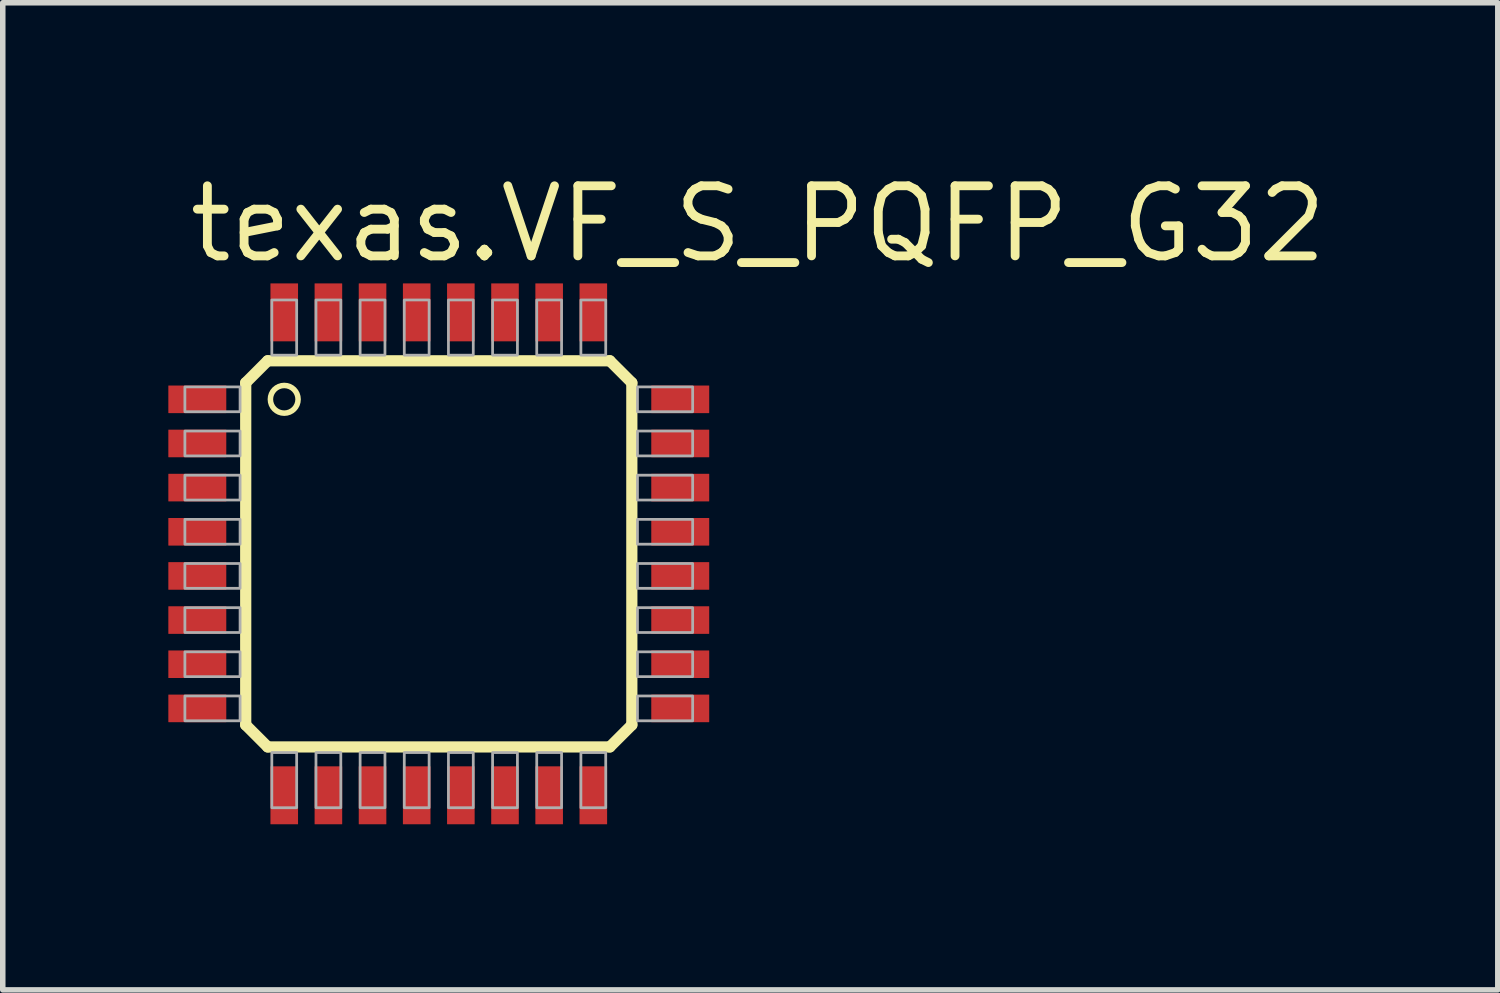
<source format=kicad_pcb>
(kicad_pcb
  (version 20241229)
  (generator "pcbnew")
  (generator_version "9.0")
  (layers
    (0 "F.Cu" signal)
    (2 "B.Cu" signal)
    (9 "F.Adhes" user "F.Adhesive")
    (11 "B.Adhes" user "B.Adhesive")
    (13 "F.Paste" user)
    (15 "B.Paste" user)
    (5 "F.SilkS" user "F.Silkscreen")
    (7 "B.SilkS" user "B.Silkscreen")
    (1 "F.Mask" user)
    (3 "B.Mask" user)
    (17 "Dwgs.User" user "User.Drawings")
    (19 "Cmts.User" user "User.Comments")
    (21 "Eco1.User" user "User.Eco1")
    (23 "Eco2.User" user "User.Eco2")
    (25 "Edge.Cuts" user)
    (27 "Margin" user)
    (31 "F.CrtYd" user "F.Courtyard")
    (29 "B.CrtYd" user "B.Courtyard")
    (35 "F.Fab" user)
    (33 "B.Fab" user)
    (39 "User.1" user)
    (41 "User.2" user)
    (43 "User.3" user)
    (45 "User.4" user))
  (footprint "texas.VF_S_PQFP_G32"
    (layer "F.Cu")
    (at 4.9 6.985)
    (property "Reference" "texas.VF_S_PQFP_G32" (at -4.6 -5.235 0) (layer "F.SilkS") (effects (font (size 1.27 1.27) (thickness 0.16)) (justify left bottom)))
    (attr smd)
    (fp_line (start -3.498 -3.1) (end -3.498 3.1) (stroke (width 0.203) (type default)) (layer "F.SilkS"))
    (fp_line (start -3.498 -3.1) (end -3.1 -3.498) (stroke (width 0.203) (type default)) (layer "F.SilkS"))
    (fp_line (start -3.1 3.498) (end -3.498 3.1) (stroke (width 0.203) (type default)) (layer "F.SilkS"))
    (fp_line (start -3.1 3.498) (end 3.1 3.498) (stroke (width 0.203) (type default)) (layer "F.SilkS"))
    (fp_line (start 3.1 -3.498) (end -3.1 -3.498) (stroke (width 0.203) (type default)) (layer "F.SilkS"))
    (fp_line (start 3.1 -3.498) (end 3.498 -3.1) (stroke (width 0.203) (type default)) (layer "F.SilkS"))
    (fp_line (start 3.498 3.1) (end 3.1 3.498) (stroke (width 0.203) (type default)) (layer "F.SilkS"))
    (fp_line (start 3.498 3.1) (end 3.498 -3.1) (stroke (width 0.203) (type default)) (layer "F.SilkS"))
    (fp_circle (center -2.8 -2.8) (end -2.549 -2.8) (stroke (width 0.1) (type default)) (fill no) (layer "F.SilkS"))
    (fp_rect (start -4.6 -2.575) (end -3.6 -3.025) (stroke (width 0.05) (type default)) (fill no) (layer "F.Fab"))
    (fp_rect (start -4.6 -1.775) (end -3.6 -2.225) (stroke (width 0.05) (type default)) (fill no) (layer "F.Fab"))
    (fp_rect (start -4.6 -0.975) (end -3.6 -1.425) (stroke (width 0.05) (type default)) (fill no) (layer "F.Fab"))
    (fp_rect (start -4.6 -0.175) (end -3.6 -0.625) (stroke (width 0.05) (type default)) (fill no) (layer "F.Fab"))
    (fp_rect (start -4.6 0.625) (end -3.6 0.175) (stroke (width 0.05) (type default)) (fill no) (layer "F.Fab"))
    (fp_rect (start -4.6 1.425) (end -3.6 0.975) (stroke (width 0.05) (type default)) (fill no) (layer "F.Fab"))
    (fp_rect (start -4.6 2.225) (end -3.6 1.775) (stroke (width 0.05) (type default)) (fill no) (layer "F.Fab"))
    (fp_rect (start -4.6 3.025) (end -3.6 2.575) (stroke (width 0.05) (type default)) (fill no) (layer "F.Fab"))
    (fp_rect (start -3.025 -3.6) (end -2.575 -4.6) (stroke (width 0.05) (type default)) (fill no) (layer "F.Fab"))
    (fp_rect (start -3.025 4.6) (end -2.575 3.6) (stroke (width 0.05) (type default)) (fill no) (layer "F.Fab"))
    (fp_rect (start -2.225 -3.6) (end -1.775 -4.6) (stroke (width 0.05) (type default)) (fill no) (layer "F.Fab"))
    (fp_rect (start -2.225 4.6) (end -1.775 3.6) (stroke (width 0.05) (type default)) (fill no) (layer "F.Fab"))
    (fp_rect (start -1.425 -3.6) (end -0.975 -4.6) (stroke (width 0.05) (type default)) (fill no) (layer "F.Fab"))
    (fp_rect (start -1.425 4.6) (end -0.975 3.6) (stroke (width 0.05) (type default)) (fill no) (layer "F.Fab"))
    (fp_rect (start -0.625 -3.6) (end -0.175 -4.6) (stroke (width 0.05) (type default)) (fill no) (layer "F.Fab"))
    (fp_rect (start -0.625 4.6) (end -0.175 3.6) (stroke (width 0.05) (type default)) (fill no) (layer "F.Fab"))
    (fp_rect (start 0.175 -3.6) (end 0.625 -4.6) (stroke (width 0.05) (type default)) (fill no) (layer "F.Fab"))
    (fp_rect (start 0.175 4.6) (end 0.625 3.6) (stroke (width 0.05) (type default)) (fill no) (layer "F.Fab"))
    (fp_rect (start 0.975 -3.6) (end 1.425 -4.6) (stroke (width 0.05) (type default)) (fill no) (layer "F.Fab"))
    (fp_rect (start 0.975 4.6) (end 1.425 3.6) (stroke (width 0.05) (type default)) (fill no) (layer "F.Fab"))
    (fp_rect (start 1.775 -3.6) (end 2.225 -4.6) (stroke (width 0.05) (type default)) (fill no) (layer "F.Fab"))
    (fp_rect (start 1.775 4.6) (end 2.225 3.6) (stroke (width 0.05) (type default)) (fill no) (layer "F.Fab"))
    (fp_rect (start 2.575 -3.6) (end 3.025 -4.6) (stroke (width 0.05) (type default)) (fill no) (layer "F.Fab"))
    (fp_rect (start 2.575 4.6) (end 3.025 3.6) (stroke (width 0.05) (type default)) (fill no) (layer "F.Fab"))
    (fp_rect (start 3.6 -2.575) (end 4.6 -3.025) (stroke (width 0.05) (type default)) (fill no) (layer "F.Fab"))
    (fp_rect (start 3.6 -1.775) (end 4.6 -2.225) (stroke (width 0.05) (type default)) (fill no) (layer "F.Fab"))
    (fp_rect (start 3.6 -0.975) (end 4.6 -1.425) (stroke (width 0.05) (type default)) (fill no) (layer "F.Fab"))
    (fp_rect (start 3.6 -0.175) (end 4.6 -0.625) (stroke (width 0.05) (type default)) (fill no) (layer "F.Fab"))
    (fp_rect (start 3.6 0.625) (end 4.6 0.175) (stroke (width 0.05) (type default)) (fill no) (layer "F.Fab"))
    (fp_rect (start 3.6 1.425) (end 4.6 0.975) (stroke (width 0.05) (type default)) (fill no) (layer "F.Fab"))
    (fp_rect (start 3.6 2.225) (end 4.6 1.775) (stroke (width 0.05) (type default)) (fill no) (layer "F.Fab"))
    (fp_rect (start 3.6 3.025) (end 4.6 2.575) (stroke (width 0.05) (type default)) (fill no) (layer "F.Fab"))
    (pad "1" smd roundrect (at -4.375 -2.8) (size 1.05 0.5) (layers "F.Cu" "F.Mask" "F.Paste") (roundrect_rratio 0.01))
    (pad "2" smd roundrect (at -4.375 -2) (size 1.05 0.5) (layers "F.Cu" "F.Mask" "F.Paste") (roundrect_rratio 0.01))
    (pad "3" smd roundrect (at -4.375 -1.2) (size 1.05 0.5) (layers "F.Cu" "F.Mask" "F.Paste") (roundrect_rratio 0.01))
    (pad "4" smd roundrect (at -4.375 -0.4) (size 1.05 0.5) (layers "F.Cu" "F.Mask" "F.Paste") (roundrect_rratio 0.01))
    (pad "5" smd roundrect (at -4.375 0.4) (size 1.05 0.5) (layers "F.Cu" "F.Mask" "F.Paste") (roundrect_rratio 0.01))
    (pad "6" smd roundrect (at -4.375 1.2) (size 1.05 0.5) (layers "F.Cu" "F.Mask" "F.Paste") (roundrect_rratio 0.01))
    (pad "7" smd roundrect (at -4.375 2) (size 1.05 0.5) (layers "F.Cu" "F.Mask" "F.Paste") (roundrect_rratio 0.01))
    (pad "8" smd roundrect (at -4.375 2.8) (size 1.05 0.5) (layers "F.Cu" "F.Mask" "F.Paste") (roundrect_rratio 0.01))
    (pad "9" smd roundrect (at -2.8 4.375) (size 0.5 1.05) (layers "F.Cu" "F.Mask" "F.Paste") (roundrect_rratio 0.01))
    (pad "10" smd roundrect (at -2 4.375) (size 0.5 1.05) (layers "F.Cu" "F.Mask" "F.Paste") (roundrect_rratio 0.01))
    (pad "11" smd roundrect (at -1.2 4.375) (size 0.5 1.05) (layers "F.Cu" "F.Mask" "F.Paste") (roundrect_rratio 0.01))
    (pad "12" smd roundrect (at -0.4 4.375) (size 0.5 1.05) (layers "F.Cu" "F.Mask" "F.Paste") (roundrect_rratio 0.01))
    (pad "13" smd roundrect (at 0.4 4.375) (size 0.5 1.05) (layers "F.Cu" "F.Mask" "F.Paste") (roundrect_rratio 0.01))
    (pad "14" smd roundrect (at 1.2 4.375) (size 0.5 1.05) (layers "F.Cu" "F.Mask" "F.Paste") (roundrect_rratio 0.01))
    (pad "15" smd roundrect (at 2 4.375) (size 0.5 1.05) (layers "F.Cu" "F.Mask" "F.Paste") (roundrect_rratio 0.01))
    (pad "16" smd roundrect (at 2.8 4.375) (size 0.5 1.05) (layers "F.Cu" "F.Mask" "F.Paste") (roundrect_rratio 0.01))
    (pad "17" smd roundrect (at 4.375 2.8) (size 1.05 0.5) (layers "F.Cu" "F.Mask" "F.Paste") (roundrect_rratio 0.01))
    (pad "18" smd roundrect (at 4.375 2) (size 1.05 0.5) (layers "F.Cu" "F.Mask" "F.Paste") (roundrect_rratio 0.01))
    (pad "19" smd roundrect (at 4.375 1.2) (size 1.05 0.5) (layers "F.Cu" "F.Mask" "F.Paste") (roundrect_rratio 0.01))
    (pad "20" smd roundrect (at 4.375 0.4) (size 1.05 0.5) (layers "F.Cu" "F.Mask" "F.Paste") (roundrect_rratio 0.01))
    (pad "21" smd roundrect (at 4.375 -0.4) (size 1.05 0.5) (layers "F.Cu" "F.Mask" "F.Paste") (roundrect_rratio 0.01))
    (pad "22" smd roundrect (at 4.375 -1.2) (size 1.05 0.5) (layers "F.Cu" "F.Mask" "F.Paste") (roundrect_rratio 0.01))
    (pad "23" smd roundrect (at 4.375 -2) (size 1.05 0.5) (layers "F.Cu" "F.Mask" "F.Paste") (roundrect_rratio 0.01))
    (pad "24" smd roundrect (at 4.375 -2.8) (size 1.05 0.5) (layers "F.Cu" "F.Mask" "F.Paste") (roundrect_rratio 0.01))
    (pad "25" smd roundrect (at 2.8 -4.375) (size 0.5 1.05) (layers "F.Cu" "F.Mask" "F.Paste") (roundrect_rratio 0.01))
    (pad "26" smd roundrect (at 2 -4.375) (size 0.5 1.05) (layers "F.Cu" "F.Mask" "F.Paste") (roundrect_rratio 0.01))
    (pad "27" smd roundrect (at 1.2 -4.375) (size 0.5 1.05) (layers "F.Cu" "F.Mask" "F.Paste") (roundrect_rratio 0.01))
    (pad "28" smd roundrect (at 0.4 -4.375) (size 0.5 1.05) (layers "F.Cu" "F.Mask" "F.Paste") (roundrect_rratio 0.01))
    (pad "29" smd roundrect (at -0.4 -4.375) (size 0.5 1.05) (layers "F.Cu" "F.Mask" "F.Paste") (roundrect_rratio 0.01))
    (pad "30" smd roundrect (at -1.2 -4.375) (size 0.5 1.05) (layers "F.Cu" "F.Mask" "F.Paste") (roundrect_rratio 0.01))
    (pad "31" smd roundrect (at -2 -4.375) (size 0.5 1.05) (layers "F.Cu" "F.Mask" "F.Paste") (roundrect_rratio 0.01))
    (pad "32" smd roundrect (at -2.8 -4.375) (size 0.5 1.05) (layers "F.Cu" "F.Mask" "F.Paste") (roundrect_rratio 0.01)))
  (gr_rect
    (start -3 -3)
    (end 24.088 14.885)
    (stroke (width 0.1) (type default))
    (fill no)
    (layer "Edge.Cuts")))
</source>
